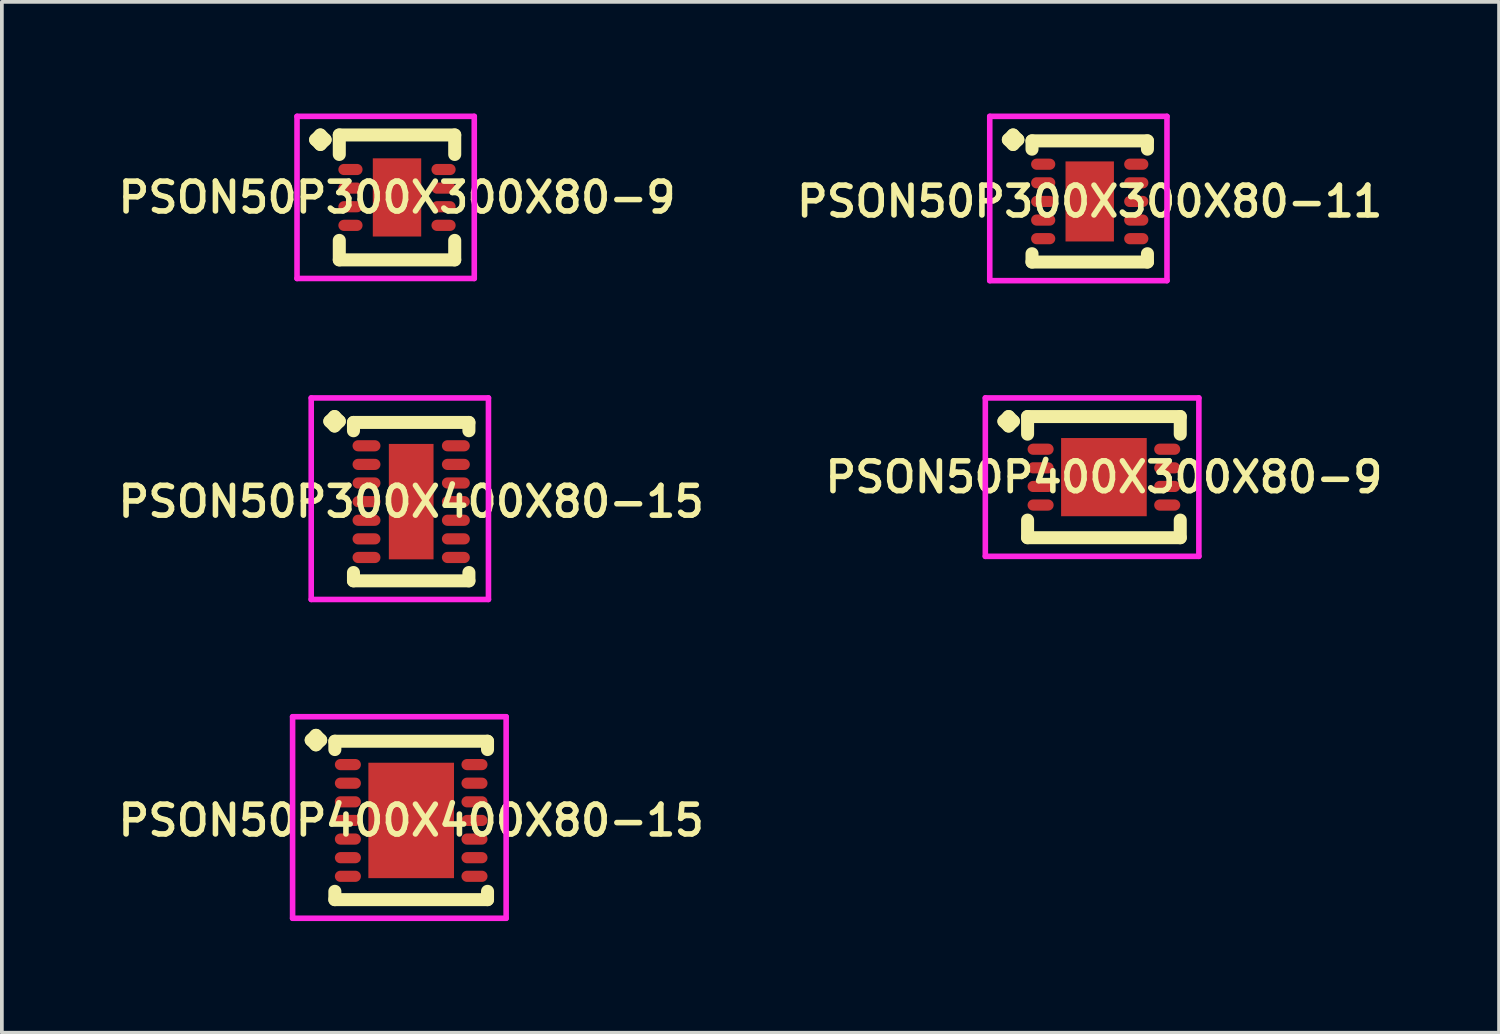
<source format=kicad_pcb>
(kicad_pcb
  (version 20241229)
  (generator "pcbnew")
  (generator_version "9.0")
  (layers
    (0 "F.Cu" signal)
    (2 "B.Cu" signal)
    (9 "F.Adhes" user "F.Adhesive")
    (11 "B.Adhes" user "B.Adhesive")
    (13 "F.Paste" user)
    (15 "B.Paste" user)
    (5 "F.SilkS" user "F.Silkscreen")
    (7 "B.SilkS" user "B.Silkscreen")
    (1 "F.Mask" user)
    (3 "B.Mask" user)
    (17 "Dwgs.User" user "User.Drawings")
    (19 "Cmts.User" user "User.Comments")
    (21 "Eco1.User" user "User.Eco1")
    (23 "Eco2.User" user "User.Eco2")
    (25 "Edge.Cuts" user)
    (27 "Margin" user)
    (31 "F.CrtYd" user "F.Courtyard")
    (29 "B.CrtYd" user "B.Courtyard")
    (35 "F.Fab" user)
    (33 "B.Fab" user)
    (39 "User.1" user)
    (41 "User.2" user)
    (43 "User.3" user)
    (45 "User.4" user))
  (footprint "PSON50P300X400X80-15"
    (layer "F.Cu")
    (at 7.993 10.422)
    (property "Reference" "PSON50P300X400X80-15" (at 0 0 0) (layer "F.SilkS") (effects (font (size 0.8 0.8) (thickness 0.15))))
    (attr smd)
    (fp_line (start -2.185 -2.158) (end -2.058 -2.285) (stroke (width 0.35) (type solid)) (layer "F.SilkS"))
    (fp_line (start -2.058 -2.285) (end -1.931 -2.158) (stroke (width 0.35) (type solid)) (layer "F.SilkS"))
    (fp_line (start -2.058 -2.031) (end -2.185 -2.158) (stroke (width 0.35) (type solid)) (layer "F.SilkS"))
    (fp_line (start -1.931 -2.158) (end -2.058 -2.031) (stroke (width 0.35) (type solid)) (layer "F.SilkS"))
    (fp_line (start -1.55 -2.127) (end 1.55 -2.127) (stroke (width 0.35) (type solid)) (layer "F.SilkS"))
    (fp_line (start -1.55 -1.904) (end -1.55 -2.127) (stroke (width 0.35) (type solid)) (layer "F.SilkS"))
    (fp_line (start -1.55 1.904) (end -1.55 2.127) (stroke (width 0.35) (type solid)) (layer "F.SilkS"))
    (fp_line (start -1.55 2.127) (end 1.55 2.127) (stroke (width 0.35) (type solid)) (layer "F.SilkS"))
    (fp_line (start 1.55 -2.127) (end 1.55 -1.904) (stroke (width 0.35) (type solid)) (layer "F.SilkS"))
    (fp_line (start 1.55 2.127) (end 1.55 1.904) (stroke (width 0.35) (type solid)) (layer "F.SilkS"))
    (fp_line (start -2.685 -2.785) (end 2.075 -2.785) (stroke (width 0.15) (type solid)) (layer "F.CrtYd"))
    (fp_line (start -2.685 2.627) (end -2.685 -2.785) (stroke (width 0.15) (type solid)) (layer "F.CrtYd"))
    (fp_line (start 2.075 -2.785) (end 2.075 2.627) (stroke (width 0.15) (type solid)) (layer "F.CrtYd"))
    (fp_line (start 2.075 2.627) (end -2.685 2.627) (stroke (width 0.15) (type solid)) (layer "F.CrtYd"))
    (pad "1" smd oval (at -1.2 -1.5) (size 0.75 0.3) (layers "F.Cu" "F.Mask" "F.Paste"))
    (pad "2" smd oval (at -1.2 -1) (size 0.75 0.3) (layers "F.Cu" "F.Mask" "F.Paste"))
    (pad "3" smd oval (at -1.2 -0.5) (size 0.75 0.3) (layers "F.Cu" "F.Mask" "F.Paste"))
    (pad "4" smd oval (at -1.2 0) (size 0.75 0.3) (layers "F.Cu" "F.Mask" "F.Paste"))
    (pad "5" smd oval (at -1.2 0.5) (size 0.75 0.3) (layers "F.Cu" "F.Mask" "F.Paste"))
    (pad "6" smd oval (at -1.2 1) (size 0.75 0.3) (layers "F.Cu" "F.Mask" "F.Paste"))
    (pad "7" smd oval (at -1.2 1.5) (size 0.75 0.3) (layers "F.Cu" "F.Mask" "F.Paste"))
    (pad "8" smd oval (at 1.2 1.5) (size 0.75 0.3) (layers "F.Cu" "F.Mask" "F.Paste"))
    (pad "9" smd oval (at 1.2 1) (size 0.75 0.3) (layers "F.Cu" "F.Mask" "F.Paste"))
    (pad "10" smd oval (at 1.2 0.5) (size 0.75 0.3) (layers "F.Cu" "F.Mask" "F.Paste"))
    (pad "11" smd oval (at 1.2 0) (size 0.75 0.3) (layers "F.Cu" "F.Mask" "F.Paste"))
    (pad "12" smd oval (at 1.2 -0.5) (size 0.75 0.3) (layers "F.Cu" "F.Mask" "F.Paste"))
    (pad "13" smd oval (at 1.2 -1) (size 0.75 0.3) (layers "F.Cu" "F.Mask" "F.Paste"))
    (pad "14" smd oval (at 1.2 -1.5) (size 0.75 0.3) (layers "F.Cu" "F.Mask" "F.Paste"))
    (pad "15" smd rect (at 0 0) (size 1.2 3.1) (layers "F.Cu" "F.Mask" "F.Paste")))
  (footprint "PSON50P400X400X80-15"
    (layer "F.Cu")
    (at 7.993 18.984)
    (property "Reference" "PSON50P400X400X80-15" (at 0 0 0) (layer "F.SilkS") (effects (font (size 0.8 0.8) (thickness 0.15))))
    (attr smd)
    (fp_line (start -2.685 -2.158) (end -2.558 -2.285) (stroke (width 0.35) (type solid)) (layer "F.SilkS"))
    (fp_line (start -2.558 -2.285) (end -2.431 -2.158) (stroke (width 0.35) (type solid)) (layer "F.SilkS"))
    (fp_line (start -2.558 -2.031) (end -2.685 -2.158) (stroke (width 0.35) (type solid)) (layer "F.SilkS"))
    (fp_line (start -2.431 -2.158) (end -2.558 -2.031) (stroke (width 0.35) (type solid)) (layer "F.SilkS"))
    (fp_line (start -2.05 -2.127) (end 2.05 -2.127) (stroke (width 0.35) (type solid)) (layer "F.SilkS"))
    (fp_line (start -2.05 -1.904) (end -2.05 -2.127) (stroke (width 0.35) (type solid)) (layer "F.SilkS"))
    (fp_line (start -2.05 1.904) (end -2.05 2.127) (stroke (width 0.35) (type solid)) (layer "F.SilkS"))
    (fp_line (start -2.05 2.127) (end 2.05 2.127) (stroke (width 0.35) (type solid)) (layer "F.SilkS"))
    (fp_line (start 2.05 -2.127) (end 2.05 -1.904) (stroke (width 0.35) (type solid)) (layer "F.SilkS"))
    (fp_line (start 2.05 2.127) (end 2.05 1.904) (stroke (width 0.35) (type solid)) (layer "F.SilkS"))
    (fp_line (start -3.185 -2.785) (end 2.55 -2.785) (stroke (width 0.15) (type solid)) (layer "F.CrtYd"))
    (fp_line (start -3.185 2.627) (end -3.185 -2.785) (stroke (width 0.15) (type solid)) (layer "F.CrtYd"))
    (fp_line (start 2.55 -2.785) (end 2.55 2.627) (stroke (width 0.15) (type solid)) (layer "F.CrtYd"))
    (fp_line (start 2.55 2.627) (end -3.185 2.627) (stroke (width 0.15) (type solid)) (layer "F.CrtYd"))
    (pad "1" smd oval (at -1.7 -1.5) (size 0.7 0.3) (layers "F.Cu" "F.Mask" "F.Paste"))
    (pad "2" smd oval (at -1.7 -1) (size 0.7 0.3) (layers "F.Cu" "F.Mask" "F.Paste"))
    (pad "3" smd oval (at -1.7 -0.5) (size 0.7 0.3) (layers "F.Cu" "F.Mask" "F.Paste"))
    (pad "4" smd oval (at -1.7 0) (size 0.7 0.3) (layers "F.Cu" "F.Mask" "F.Paste"))
    (pad "5" smd oval (at -1.7 0.5) (size 0.7 0.3) (layers "F.Cu" "F.Mask" "F.Paste"))
    (pad "6" smd oval (at -1.7 1) (size 0.7 0.3) (layers "F.Cu" "F.Mask" "F.Paste"))
    (pad "7" smd oval (at -1.7 1.5) (size 0.7 0.3) (layers "F.Cu" "F.Mask" "F.Paste"))
    (pad "8" smd oval (at 1.7 1.5) (size 0.7 0.3) (layers "F.Cu" "F.Mask" "F.Paste"))
    (pad "9" smd oval (at 1.7 1) (size 0.7 0.3) (layers "F.Cu" "F.Mask" "F.Paste"))
    (pad "10" smd oval (at 1.7 0.5) (size 0.7 0.3) (layers "F.Cu" "F.Mask" "F.Paste"))
    (pad "11" smd oval (at 1.7 0) (size 0.7 0.3) (layers "F.Cu" "F.Mask" "F.Paste"))
    (pad "12" smd oval (at 1.7 -0.5) (size 0.7 0.3) (layers "F.Cu" "F.Mask" "F.Paste"))
    (pad "13" smd oval (at 1.7 -1) (size 0.7 0.3) (layers "F.Cu" "F.Mask" "F.Paste"))
    (pad "14" smd oval (at 1.7 -1.5) (size 0.7 0.3) (layers "F.Cu" "F.Mask" "F.Paste"))
    (pad "15" smd rect (at 0 0) (size 2.3 3.1) (layers "F.Cu" "F.Mask" "F.Paste")))
  (footprint "PSON50P300X300X80-9"
    (layer "F.Cu")
    (at 7.612 2.252)
    (property "Reference" "PSON50P300X300X80-9" (at 0 0 0) (layer "F.SilkS") (effects (font (size 0.8 0.8) (thickness 0.15))))
    (attr smd)
    (fp_line (start -2.185 -1.55) (end -2.058 -1.677) (stroke (width 0.35) (type solid)) (layer "F.SilkS"))
    (fp_line (start -2.058 -1.677) (end -1.931 -1.55) (stroke (width 0.35) (type solid)) (layer "F.SilkS"))
    (fp_line (start -2.058 -1.423) (end -2.185 -1.55) (stroke (width 0.35) (type solid)) (layer "F.SilkS"))
    (fp_line (start -1.931 -1.55) (end -2.058 -1.423) (stroke (width 0.35) (type solid)) (layer "F.SilkS"))
    (fp_line (start -1.55 -1.677) (end 1.55 -1.677) (stroke (width 0.35) (type solid)) (layer "F.SilkS"))
    (fp_line (start -1.55 -1.154) (end -1.55 -1.677) (stroke (width 0.35) (type solid)) (layer "F.SilkS"))
    (fp_line (start -1.55 1.154) (end -1.55 1.677) (stroke (width 0.35) (type solid)) (layer "F.SilkS"))
    (fp_line (start -1.55 1.677) (end 1.55 1.677) (stroke (width 0.35) (type solid)) (layer "F.SilkS"))
    (fp_line (start 1.55 -1.677) (end 1.55 -1.154) (stroke (width 0.35) (type solid)) (layer "F.SilkS"))
    (fp_line (start 1.55 1.677) (end 1.55 1.154) (stroke (width 0.35) (type solid)) (layer "F.SilkS"))
    (fp_line (start -2.685 -2.177) (end 2.075 -2.177) (stroke (width 0.15) (type solid)) (layer "F.CrtYd"))
    (fp_line (start -2.685 2.177) (end -2.685 -2.177) (stroke (width 0.15) (type solid)) (layer "F.CrtYd"))
    (fp_line (start 2.075 -2.177) (end 2.075 2.177) (stroke (width 0.15) (type solid)) (layer "F.CrtYd"))
    (fp_line (start 2.075 2.177) (end -2.685 2.177) (stroke (width 0.15) (type solid)) (layer "F.CrtYd"))
    (pad "1" smd oval (at -1.25 -0.75) (size 0.65 0.3) (layers "F.Cu" "F.Mask" "F.Paste"))
    (pad "2" smd oval (at -1.25 -0.25) (size 0.65 0.3) (layers "F.Cu" "F.Mask" "F.Paste"))
    (pad "3" smd oval (at -1.25 0.25) (size 0.65 0.3) (layers "F.Cu" "F.Mask" "F.Paste"))
    (pad "4" smd oval (at -1.25 0.75) (size 0.65 0.3) (layers "F.Cu" "F.Mask" "F.Paste"))
    (pad "5" smd oval (at 1.25 0.75) (size 0.65 0.3) (layers "F.Cu" "F.Mask" "F.Paste"))
    (pad "6" smd oval (at 1.25 0.25) (size 0.65 0.3) (layers "F.Cu" "F.Mask" "F.Paste"))
    (pad "7" smd oval (at 1.25 -0.25) (size 0.65 0.3) (layers "F.Cu" "F.Mask" "F.Paste"))
    (pad "8" smd oval (at 1.25 -0.75) (size 0.65 0.3) (layers "F.Cu" "F.Mask" "F.Paste"))
    (pad "9" smd rect (at 0 0) (size 1.3 2.1) (layers "F.Cu" "F.Mask" "F.Paste")))
  (footprint "PSON50P400X300X80-9"
    (layer "F.Cu")
    (at 26.597 9.764)
    (property "Reference" "PSON50P400X300X80-9" (at 0 0 0) (layer "F.SilkS") (effects (font (size 0.8 0.8) (thickness 0.15))))
    (attr smd)
    (fp_line (start -2.685 -1.5) (end -2.558 -1.627) (stroke (width 0.35) (type solid)) (layer "F.SilkS"))
    (fp_line (start -2.558 -1.627) (end -2.431 -1.5) (stroke (width 0.35) (type solid)) (layer "F.SilkS"))
    (fp_line (start -2.558 -1.373) (end -2.685 -1.5) (stroke (width 0.35) (type solid)) (layer "F.SilkS"))
    (fp_line (start -2.431 -1.5) (end -2.558 -1.373) (stroke (width 0.35) (type solid)) (layer "F.SilkS"))
    (fp_line (start -2.05 -1.627) (end 2.05 -1.627) (stroke (width 0.35) (type solid)) (layer "F.SilkS"))
    (fp_line (start -2.05 -1.154) (end -2.05 -1.627) (stroke (width 0.35) (type solid)) (layer "F.SilkS"))
    (fp_line (start -2.05 1.154) (end -2.05 1.627) (stroke (width 0.35) (type solid)) (layer "F.SilkS"))
    (fp_line (start -2.05 1.627) (end 2.05 1.627) (stroke (width 0.35) (type solid)) (layer "F.SilkS"))
    (fp_line (start 2.05 -1.627) (end 2.05 -1.154) (stroke (width 0.35) (type solid)) (layer "F.SilkS"))
    (fp_line (start 2.05 1.627) (end 2.05 1.154) (stroke (width 0.35) (type solid)) (layer "F.SilkS"))
    (fp_line (start -3.185 -2.127) (end 2.55 -2.127) (stroke (width 0.15) (type solid)) (layer "F.CrtYd"))
    (fp_line (start -3.185 2.127) (end -3.185 -2.127) (stroke (width 0.15) (type solid)) (layer "F.CrtYd"))
    (fp_line (start 2.55 -2.127) (end 2.55 2.127) (stroke (width 0.15) (type solid)) (layer "F.CrtYd"))
    (fp_line (start 2.55 2.127) (end -3.185 2.127) (stroke (width 0.15) (type solid)) (layer "F.CrtYd"))
    (pad "1" smd oval (at -1.7 -0.75) (size 0.7 0.3) (layers "F.Cu" "F.Mask" "F.Paste"))
    (pad "2" smd oval (at -1.7 -0.25) (size 0.7 0.3) (layers "F.Cu" "F.Mask" "F.Paste"))
    (pad "3" smd oval (at -1.7 0.25) (size 0.7 0.3) (layers "F.Cu" "F.Mask" "F.Paste"))
    (pad "4" smd oval (at -1.7 0.75) (size 0.7 0.3) (layers "F.Cu" "F.Mask" "F.Paste"))
    (pad "5" smd oval (at 1.7 0.75) (size 0.7 0.3) (layers "F.Cu" "F.Mask" "F.Paste"))
    (pad "6" smd oval (at 1.7 0.25) (size 0.7 0.3) (layers "F.Cu" "F.Mask" "F.Paste"))
    (pad "7" smd oval (at 1.7 -0.25) (size 0.7 0.3) (layers "F.Cu" "F.Mask" "F.Paste"))
    (pad "8" smd oval (at 1.7 -0.75) (size 0.7 0.3) (layers "F.Cu" "F.Mask" "F.Paste"))
    (pad "9" smd rect (at 0 0) (size 2.3 2.1) (layers "F.Cu" "F.Mask" "F.Paste")))
  (footprint "PSON50P300X300X80-11"
    (layer "F.Cu")
    (at 26.216 2.36)
    (property "Reference" "PSON50P300X300X80-11" (at 0 0 0) (layer "F.SilkS") (effects (font (size 0.8 0.8) (thickness 0.15))))
    (attr smd)
    (fp_line (start -2.185 -1.658) (end -2.058 -1.785) (stroke (width 0.35) (type solid)) (layer "F.SilkS"))
    (fp_line (start -2.058 -1.785) (end -1.931 -1.658) (stroke (width 0.35) (type solid)) (layer "F.SilkS"))
    (fp_line (start -2.058 -1.531) (end -2.185 -1.658) (stroke (width 0.35) (type solid)) (layer "F.SilkS"))
    (fp_line (start -1.931 -1.658) (end -2.058 -1.531) (stroke (width 0.35) (type solid)) (layer "F.SilkS"))
    (fp_line (start -1.55 -1.627) (end 1.55 -1.627) (stroke (width 0.35) (type solid)) (layer "F.SilkS"))
    (fp_line (start -1.55 -1.404) (end -1.55 -1.627) (stroke (width 0.35) (type solid)) (layer "F.SilkS"))
    (fp_line (start -1.55 1.404) (end -1.55 1.627) (stroke (width 0.35) (type solid)) (layer "F.SilkS"))
    (fp_line (start -1.55 1.627) (end 1.55 1.627) (stroke (width 0.35) (type solid)) (layer "F.SilkS"))
    (fp_line (start 1.55 -1.627) (end 1.55 -1.404) (stroke (width 0.35) (type solid)) (layer "F.SilkS"))
    (fp_line (start 1.55 1.627) (end 1.55 1.404) (stroke (width 0.35) (type solid)) (layer "F.SilkS"))
    (fp_line (start -2.685 -2.285) (end 2.075 -2.285) (stroke (width 0.15) (type solid)) (layer "F.CrtYd"))
    (fp_line (start -2.685 2.127) (end -2.685 -2.285) (stroke (width 0.15) (type solid)) (layer "F.CrtYd"))
    (fp_line (start 2.075 -2.285) (end 2.075 2.127) (stroke (width 0.15) (type solid)) (layer "F.CrtYd"))
    (fp_line (start 2.075 2.127) (end -2.685 2.127) (stroke (width 0.15) (type solid)) (layer "F.CrtYd"))
    (pad "1" smd oval (at -1.25 -1) (size 0.65 0.3) (layers "F.Cu" "F.Mask" "F.Paste"))
    (pad "2" smd oval (at -1.25 -0.5) (size 0.65 0.3) (layers "F.Cu" "F.Mask" "F.Paste"))
    (pad "3" smd oval (at -1.25 0) (size 0.65 0.3) (layers "F.Cu" "F.Mask" "F.Paste"))
    (pad "4" smd oval (at -1.25 0.5) (size 0.65 0.3) (layers "F.Cu" "F.Mask" "F.Paste"))
    (pad "5" smd oval (at -1.25 1) (size 0.65 0.3) (layers "F.Cu" "F.Mask" "F.Paste"))
    (pad "6" smd oval (at 1.25 1) (size 0.65 0.3) (layers "F.Cu" "F.Mask" "F.Paste"))
    (pad "7" smd oval (at 1.25 0.5) (size 0.65 0.3) (layers "F.Cu" "F.Mask" "F.Paste"))
    (pad "8" smd oval (at 1.25 0) (size 0.65 0.3) (layers "F.Cu" "F.Mask" "F.Paste"))
    (pad "9" smd oval (at 1.25 -0.5) (size 0.65 0.3) (layers "F.Cu" "F.Mask" "F.Paste"))
    (pad "10" smd oval (at 1.25 -1) (size 0.65 0.3) (layers "F.Cu" "F.Mask" "F.Paste"))
    (pad "11" smd rect (at 0 0) (size 1.3 2.15) (layers "F.Cu" "F.Mask" "F.Paste")))
  (gr_rect
    (start -3 -3)
    (end 37.209 24.686)
    (stroke (width 0.1) (type default))
    (fill no)
    (layer "Edge.Cuts")))
</source>
